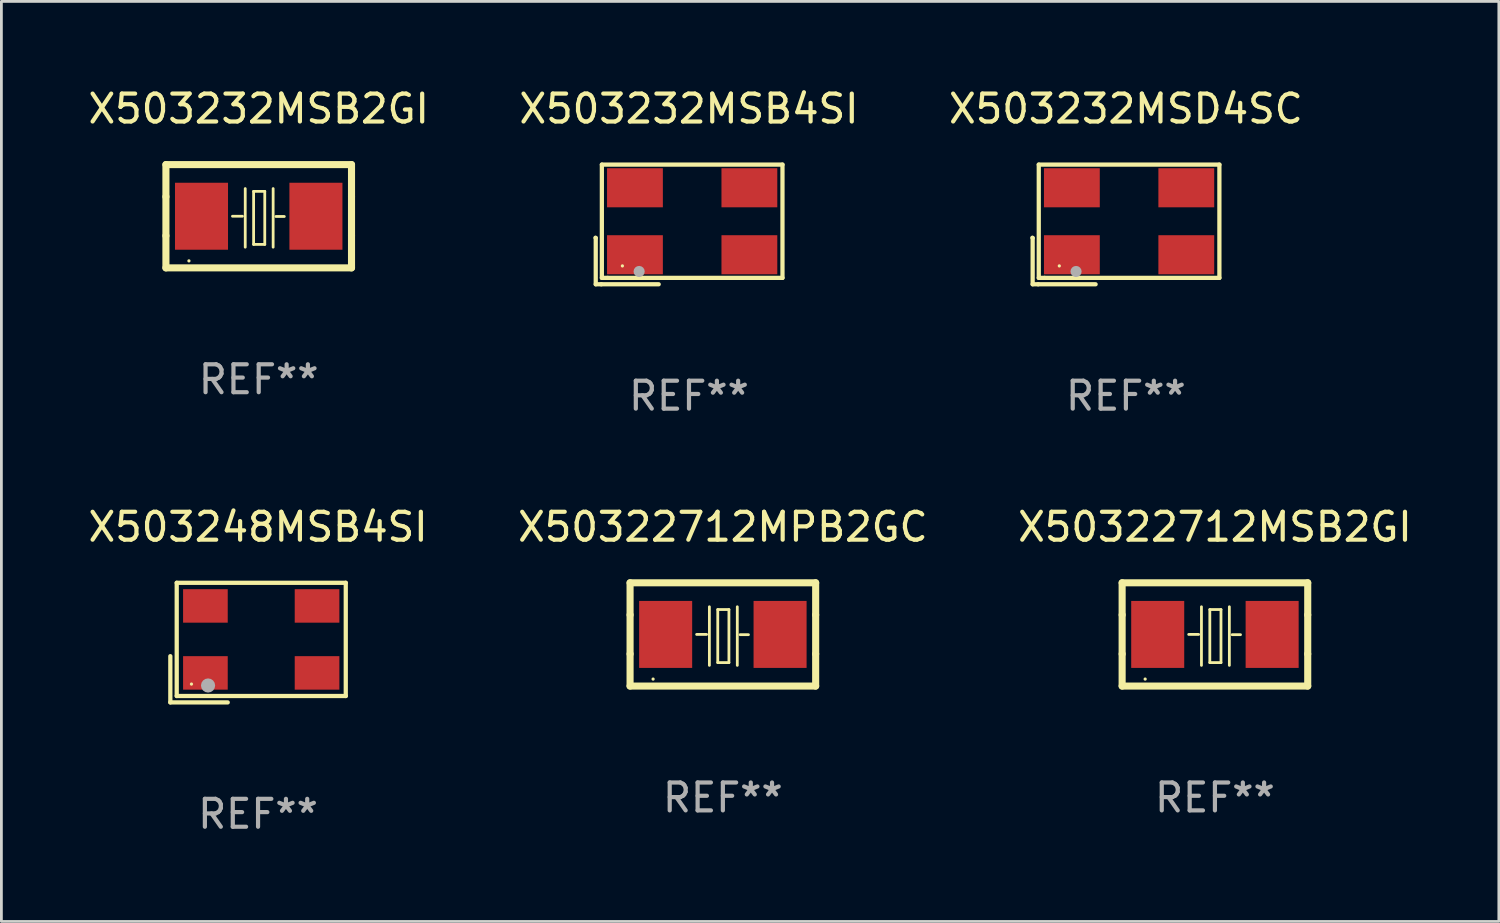
<source format=kicad_pcb>
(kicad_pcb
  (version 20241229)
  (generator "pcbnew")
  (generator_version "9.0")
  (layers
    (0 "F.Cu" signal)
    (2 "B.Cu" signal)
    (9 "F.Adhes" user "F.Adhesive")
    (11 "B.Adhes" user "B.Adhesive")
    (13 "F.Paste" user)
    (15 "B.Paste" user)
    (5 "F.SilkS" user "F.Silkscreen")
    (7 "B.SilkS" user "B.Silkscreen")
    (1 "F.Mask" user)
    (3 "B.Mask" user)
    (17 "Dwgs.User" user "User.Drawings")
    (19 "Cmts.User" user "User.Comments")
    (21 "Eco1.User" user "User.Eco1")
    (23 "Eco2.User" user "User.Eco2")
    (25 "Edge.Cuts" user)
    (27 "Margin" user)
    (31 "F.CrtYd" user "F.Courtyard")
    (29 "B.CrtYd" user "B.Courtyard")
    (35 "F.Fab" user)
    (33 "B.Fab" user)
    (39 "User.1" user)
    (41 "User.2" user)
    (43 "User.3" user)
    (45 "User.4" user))
  (footprint "X503232MSB4SI"
    (layer "F.Cu")
    (at 21.637 4.992)
    (property "Reference" "X503232MSB4SI" (at 0 -4.144 0) (layer "F.SilkS") (effects (font (size 1 1) (thickness 0.15))))
    (attr through_hole)
    (fp_line (start -3.35 0.476) (end -3.341 0.485) (stroke (width 0.152) (type solid)) (layer "F.SilkS"))
    (fp_line (start -3.341 0.485) (end -3.341 2.144) (stroke (width 0.152) (type solid)) (layer "F.SilkS"))
    (fp_line (start -3.341 2.144) (end -3.143 2.144) (stroke (width 0.152) (type solid)) (layer "F.SilkS"))
    (fp_line (start -3.143 2.144) (end -1.085 2.144) (stroke (width 0.152) (type solid)) (layer "F.SilkS"))
    (fp_line (start -3.122 -2.144) (end 3.35 -2.144) (stroke (width 0.152) (type solid)) (layer "F.SilkS"))
    (fp_line (start -3.122 1.915) (end -3.122 -2.144) (stroke (width 0.152) (type solid)) (layer "F.SilkS"))
    (fp_line (start -2.914 1.915) (end -3.122 1.915) (stroke (width 0.152) (type solid)) (layer "F.SilkS"))
    (fp_line (start 3.35 -2.144) (end 3.35 1.915) (stroke (width 0.152) (type solid)) (layer "F.SilkS"))
    (fp_line (start 3.35 1.915) (end -2.914 1.915) (stroke (width 0.152) (type solid)) (layer "F.SilkS"))
    (fp_circle (center -2.386 1.486) (end -2.356 1.486) (stroke (width 0.06) (type solid)) (fill no) (layer "F.SilkS"))
    (fp_circle (center -1.786 1.686) (end -1.686 1.686) (stroke (width 0.2) (type solid)) (fill no) (layer "F.Fab"))
    (fp_text user "REF**" (at 0 6.144 0) (layer "F.Fab") (effects (font (size 1 1) (thickness 0.15))))
    (pad "1" smd rect (at -1.936 1.086) (size 2 1.4) (layers "F.Cu" "F.Mask" "F.Paste"))
    (pad "2" smd rect (at 2.164 1.086) (size 2 1.4) (layers "F.Cu" "F.Mask" "F.Paste"))
    (pad "3" smd rect (at 2.164 -1.314) (size 2 1.4) (layers "F.Cu" "F.Mask" "F.Paste"))
    (pad "4" smd rect (at -1.936 -1.314) (size 2 1.4) (layers "F.Cu" "F.Mask" "F.Paste")))
  (footprint "X50322712MSB2GI"
    (layer "F.Cu")
    (at 40.482 19.682)
    (property "Reference" "X50322712MSB2GI" (at 0 -3.85 0) (layer "F.SilkS") (effects (font (size 1 1) (thickness 0.15))))
    (attr through_hole)
    (fp_line (start -3.325 0.7) (end -3.325 -0.7) (stroke (width 0.254) (type solid)) (layer "F.SilkS"))
    (fp_line (start -3.325 -1.85) (end 3.325 -1.85) (stroke (width 0.254) (type solid)) (layer "F.SilkS"))
    (fp_line (start -3.325 -0.7) (end -3.325 -1.85) (stroke (width 0.254) (type solid)) (layer "F.SilkS"))
    (fp_line (start -3.325 1.85) (end -3.325 0.7) (stroke (width 0.254) (type solid)) (layer "F.SilkS"))
    (fp_line (start -0.94 -0.000127) (end -0.584 -0.000127) (stroke (width 0.1) (type solid)) (layer "F.SilkS"))
    (fp_line (start -0.483 -0.991) (end -0.483 1.109) (stroke (width 0.1) (type solid)) (layer "F.SilkS"))
    (fp_line (start -0.183 -0.891) (end -0.183 1.009) (stroke (width 0.1) (type solid)) (layer "F.SilkS"))
    (fp_line (start -0.183 1.009) (end 0.217 1.009) (stroke (width 0.1) (type solid)) (layer "F.SilkS"))
    (fp_line (start 0.217 -0.891) (end -0.183 -0.891) (stroke (width 0.1) (type solid)) (layer "F.SilkS"))
    (fp_line (start 0.217 1.009) (end 0.217 -0.891) (stroke (width 0.1) (type solid)) (layer "F.SilkS"))
    (fp_line (start 0.517 -0.991) (end 0.517 1.109) (stroke (width 0.1) (type solid)) (layer "F.SilkS"))
    (fp_line (start 0.617 0.009) (end 0.917 0.009) (stroke (width 0.1) (type solid)) (layer "F.SilkS"))
    (fp_line (start 3.325 -1.85) (end 3.325 -0.7) (stroke (width 0.254) (type solid)) (layer "F.SilkS"))
    (fp_line (start 3.325 0.7) (end 3.325 1.85) (stroke (width 0.254) (type solid)) (layer "F.SilkS"))
    (fp_line (start 3.325 1.85) (end -3.325 1.85) (stroke (width 0.254) (type solid)) (layer "F.SilkS"))
    (fp_line (start 3.325 -0.7) (end 3.325 0.7) (stroke (width 0.254) (type solid)) (layer "F.SilkS"))
    (fp_circle (center -2.5 1.6) (end -2.47 1.6) (stroke (width 0.06) (type solid)) (fill no) (layer "F.SilkS"))
    (fp_text user "REF**" (at 0 5.85 0) (layer "F.Fab") (effects (font (size 1 1) (thickness 0.15))))
    (pad "1" smd rect (at -2.05 -0.000127) (size 1.9 2.4) (layers "F.Cu" "F.Mask" "F.Paste"))
    (pad "2" smd rect (at 2.05 -0.000127) (size 1.9 2.4) (layers "F.Cu" "F.Mask" "F.Paste")))
  (footprint "X503232MSD4SC"
    (layer "F.Cu")
    (at 37.292 4.992)
    (property "Reference" "X503232MSD4SC" (at 0 -4.144 0) (layer "F.SilkS") (effects (font (size 1 1) (thickness 0.15))))
    (attr through_hole)
    (fp_line (start -3.35 0.476) (end -3.341 0.485) (stroke (width 0.152) (type solid)) (layer "F.SilkS"))
    (fp_line (start -3.341 0.485) (end -3.341 2.144) (stroke (width 0.152) (type solid)) (layer "F.SilkS"))
    (fp_line (start -3.341 2.144) (end -3.143 2.144) (stroke (width 0.152) (type solid)) (layer "F.SilkS"))
    (fp_line (start -3.143 2.144) (end -1.085 2.144) (stroke (width 0.152) (type solid)) (layer "F.SilkS"))
    (fp_line (start -3.122 -2.144) (end 3.35 -2.144) (stroke (width 0.152) (type solid)) (layer "F.SilkS"))
    (fp_line (start -3.122 1.915) (end -3.122 -2.144) (stroke (width 0.152) (type solid)) (layer "F.SilkS"))
    (fp_line (start -2.914 1.915) (end -3.122 1.915) (stroke (width 0.152) (type solid)) (layer "F.SilkS"))
    (fp_line (start 3.35 -2.144) (end 3.35 1.915) (stroke (width 0.152) (type solid)) (layer "F.SilkS"))
    (fp_line (start 3.35 1.915) (end -2.914 1.915) (stroke (width 0.152) (type solid)) (layer "F.SilkS"))
    (fp_circle (center -2.386 1.486) (end -2.356 1.486) (stroke (width 0.06) (type solid)) (fill no) (layer "F.SilkS"))
    (fp_circle (center -1.786 1.686) (end -1.686 1.686) (stroke (width 0.2) (type solid)) (fill no) (layer "F.Fab"))
    (fp_text user "REF**" (at 0 6.144 0) (layer "F.Fab") (effects (font (size 1 1) (thickness 0.15))))
    (pad "1" smd rect (at -1.936 1.086) (size 2 1.4) (layers "F.Cu" "F.Mask" "F.Paste"))
    (pad "2" smd rect (at 2.164 1.086) (size 2 1.4) (layers "F.Cu" "F.Mask" "F.Paste"))
    (pad "3" smd rect (at 2.164 -1.314) (size 2 1.4) (layers "F.Cu" "F.Mask" "F.Paste"))
    (pad "4" smd rect (at -1.936 -1.314) (size 2 1.4) (layers "F.Cu" "F.Mask" "F.Paste")))
  (footprint "X503232MSB2GI"
    (layer "F.Cu")
    (at 6.22 4.698)
    (property "Reference" "X503232MSB2GI" (at 0 -3.85 0) (layer "F.SilkS") (effects (font (size 1 1) (thickness 0.15))))
    (attr through_hole)
    (fp_line (start -3.325 0.7) (end -3.325 -0.7) (stroke (width 0.254) (type solid)) (layer "F.SilkS"))
    (fp_line (start -3.325 -1.85) (end 3.325 -1.85) (stroke (width 0.254) (type solid)) (layer "F.SilkS"))
    (fp_line (start -3.325 -0.7) (end -3.325 -1.85) (stroke (width 0.254) (type solid)) (layer "F.SilkS"))
    (fp_line (start -3.325 1.85) (end -3.325 0.7) (stroke (width 0.254) (type solid)) (layer "F.SilkS"))
    (fp_line (start -0.94 -0.000127) (end -0.584 -0.000127) (stroke (width 0.1) (type solid)) (layer "F.SilkS"))
    (fp_line (start -0.483 -0.991) (end -0.483 1.109) (stroke (width 0.1) (type solid)) (layer "F.SilkS"))
    (fp_line (start -0.183 -0.891) (end -0.183 1.009) (stroke (width 0.1) (type solid)) (layer "F.SilkS"))
    (fp_line (start -0.183 1.009) (end 0.217 1.009) (stroke (width 0.1) (type solid)) (layer "F.SilkS"))
    (fp_line (start 0.217 -0.891) (end -0.183 -0.891) (stroke (width 0.1) (type solid)) (layer "F.SilkS"))
    (fp_line (start 0.217 1.009) (end 0.217 -0.891) (stroke (width 0.1) (type solid)) (layer "F.SilkS"))
    (fp_line (start 0.517 -0.991) (end 0.517 1.109) (stroke (width 0.1) (type solid)) (layer "F.SilkS"))
    (fp_line (start 0.617 0.009) (end 0.917 0.009) (stroke (width 0.1) (type solid)) (layer "F.SilkS"))
    (fp_line (start 3.325 -1.85) (end 3.325 -0.7) (stroke (width 0.254) (type solid)) (layer "F.SilkS"))
    (fp_line (start 3.325 0.7) (end 3.325 1.85) (stroke (width 0.254) (type solid)) (layer "F.SilkS"))
    (fp_line (start 3.325 1.85) (end -3.325 1.85) (stroke (width 0.254) (type solid)) (layer "F.SilkS"))
    (fp_line (start 3.325 -0.7) (end 3.325 0.7) (stroke (width 0.254) (type solid)) (layer "F.SilkS"))
    (fp_circle (center -2.5 1.6) (end -2.47 1.6) (stroke (width 0.06) (type solid)) (fill no) (layer "F.SilkS"))
    (fp_text user "REF**" (at 0 5.85 0) (layer "F.Fab") (effects (font (size 1 1) (thickness 0.15))))
    (pad "1" smd rect (at -2.05 -0.000127) (size 1.9 2.4) (layers "F.Cu" "F.Mask" "F.Paste"))
    (pad "2" smd rect (at 2.05 -0.000127) (size 1.9 2.4) (layers "F.Cu" "F.Mask" "F.Paste")))
  (footprint "X50322712MPB2GC"
    (layer "F.Cu")
    (at 22.851 19.682)
    (property "Reference" "X50322712MPB2GC" (at 0 -3.85 0) (layer "F.SilkS") (effects (font (size 1 1) (thickness 0.15))))
    (attr through_hole)
    (fp_line (start -3.325 0.7) (end -3.325 -0.7) (stroke (width 0.254) (type solid)) (layer "F.SilkS"))
    (fp_line (start -3.325 -1.85) (end 3.325 -1.85) (stroke (width 0.254) (type solid)) (layer "F.SilkS"))
    (fp_line (start -3.325 -0.7) (end -3.325 -1.85) (stroke (width 0.254) (type solid)) (layer "F.SilkS"))
    (fp_line (start -3.325 1.85) (end -3.325 0.7) (stroke (width 0.254) (type solid)) (layer "F.SilkS"))
    (fp_line (start -0.94 -0.000127) (end -0.584 -0.000127) (stroke (width 0.1) (type solid)) (layer "F.SilkS"))
    (fp_line (start -0.483 -0.991) (end -0.483 1.109) (stroke (width 0.1) (type solid)) (layer "F.SilkS"))
    (fp_line (start -0.183 -0.891) (end -0.183 1.009) (stroke (width 0.1) (type solid)) (layer "F.SilkS"))
    (fp_line (start -0.183 1.009) (end 0.217 1.009) (stroke (width 0.1) (type solid)) (layer "F.SilkS"))
    (fp_line (start 0.217 -0.891) (end -0.183 -0.891) (stroke (width 0.1) (type solid)) (layer "F.SilkS"))
    (fp_line (start 0.217 1.009) (end 0.217 -0.891) (stroke (width 0.1) (type solid)) (layer "F.SilkS"))
    (fp_line (start 0.517 -0.991) (end 0.517 1.109) (stroke (width 0.1) (type solid)) (layer "F.SilkS"))
    (fp_line (start 0.617 0.009) (end 0.917 0.009) (stroke (width 0.1) (type solid)) (layer "F.SilkS"))
    (fp_line (start 3.325 -1.85) (end 3.325 -0.7) (stroke (width 0.254) (type solid)) (layer "F.SilkS"))
    (fp_line (start 3.325 0.7) (end 3.325 1.85) (stroke (width 0.254) (type solid)) (layer "F.SilkS"))
    (fp_line (start 3.325 1.85) (end -3.325 1.85) (stroke (width 0.254) (type solid)) (layer "F.SilkS"))
    (fp_line (start 3.325 -0.7) (end 3.325 0.7) (stroke (width 0.254) (type solid)) (layer "F.SilkS"))
    (fp_circle (center -2.5 1.6) (end -2.47 1.6) (stroke (width 0.06) (type solid)) (fill no) (layer "F.SilkS"))
    (fp_text user "REF**" (at 0 5.85 0) (layer "F.Fab") (effects (font (size 1 1) (thickness 0.15))))
    (pad "1" smd rect (at -2.05 -0.000127) (size 1.9 2.4) (layers "F.Cu" "F.Mask" "F.Paste"))
    (pad "2" smd rect (at 2.05 -0.000127) (size 1.9 2.4) (layers "F.Cu" "F.Mask" "F.Paste")))
  (footprint "X503248MSB4SI"
    (layer "F.Cu")
    (at 6.196 19.975)
    (property "Reference" "X503248MSB4SI" (at 0 -4.143 0) (layer "F.SilkS") (effects (font (size 1 1) (thickness 0.15))))
    (attr through_hole)
    (fp_line (start -3.143 0.486) (end -3.143 2.143) (stroke (width 0.152) (type solid)) (layer "F.SilkS"))
    (fp_line (start -3.143 2.143) (end -1.086 2.143) (stroke (width 0.152) (type solid)) (layer "F.SilkS"))
    (fp_line (start -2.914 -2.143) (end 3.143 -2.143) (stroke (width 0.152) (type solid)) (layer "F.SilkS"))
    (fp_line (start -2.914 1.914) (end -2.914 -2.143) (stroke (width 0.152) (type solid)) (layer "F.SilkS"))
    (fp_line (start 3.143 -2.143) (end 3.143 1.914) (stroke (width 0.152) (type solid)) (layer "F.SilkS"))
    (fp_line (start 3.143 1.914) (end -2.914 1.914) (stroke (width 0.152) (type solid)) (layer "F.SilkS"))
    (fp_circle (center -2.386 1.486) (end -2.356 1.486) (stroke (width 0.06) (type solid)) (fill no) (layer "F.SilkS"))
    (fp_circle (center -1.791 1.537) (end -1.664 1.537) (stroke (width 0.254) (type solid)) (fill no) (layer "F.Fab"))
    (fp_text user "REF**" (at 0 6.143 0) (layer "F.Fab") (effects (font (size 1 1) (thickness 0.15))))
    (pad "1" smd rect (at -1.886 1.086) (size 1.6 1.2) (layers "F.Cu" "F.Mask" "F.Paste"))
    (pad "2" smd rect (at 2.114 1.086) (size 1.6 1.2) (layers "F.Cu" "F.Mask" "F.Paste"))
    (pad "3" smd rect (at 2.114 -1.314) (size 1.6 1.2) (layers "F.Cu" "F.Mask" "F.Paste"))
    (pad "4" smd rect (at -1.886 -1.314) (size 1.6 1.2) (layers "F.Cu" "F.Mask" "F.Paste")))
  (gr_rect
    (start -3 -3)
    (end 50.655 29.966)
    (stroke (width 0.1) (type default))
    (fill no)
    (layer "Edge.Cuts")))
</source>
